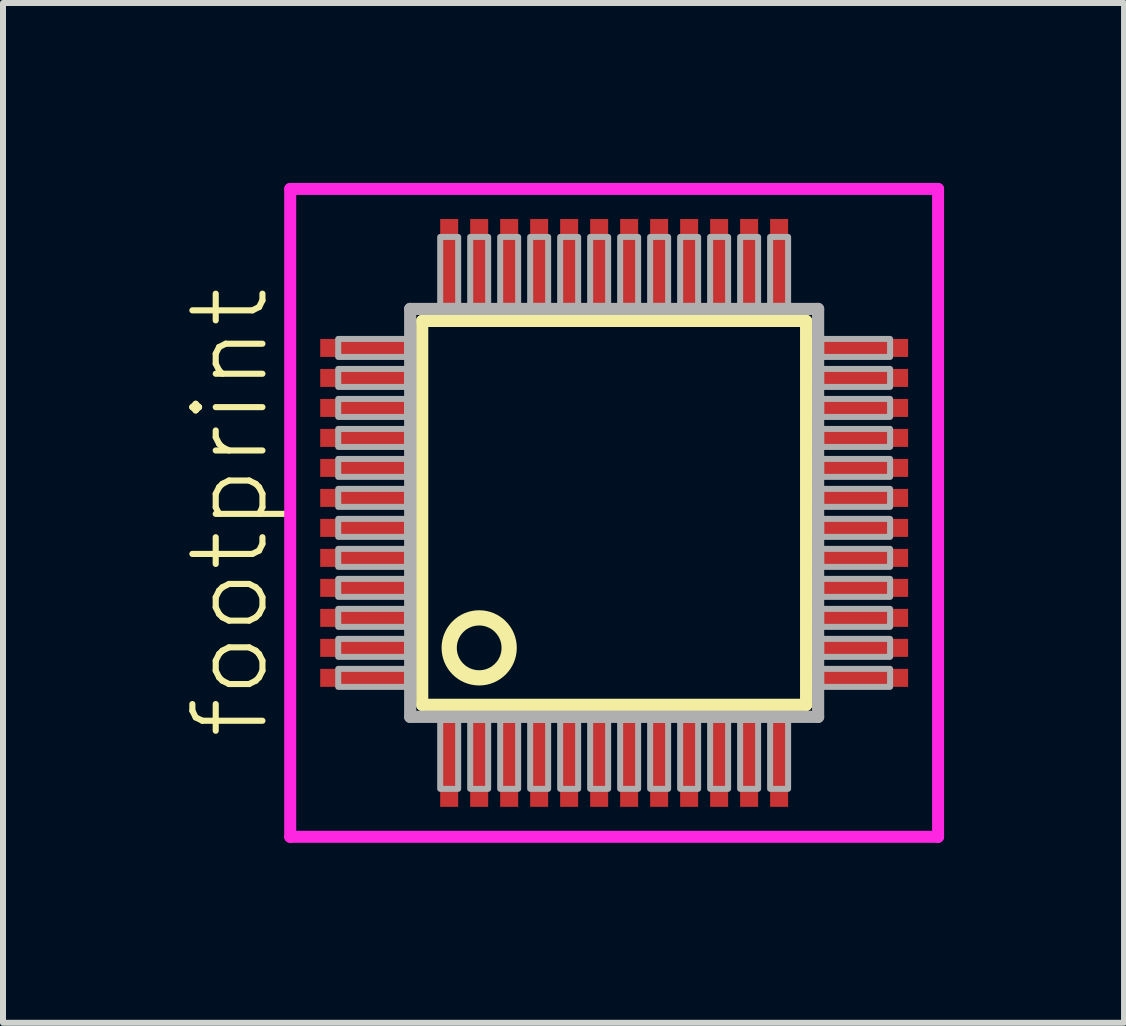
<source format=kicad_pcb>
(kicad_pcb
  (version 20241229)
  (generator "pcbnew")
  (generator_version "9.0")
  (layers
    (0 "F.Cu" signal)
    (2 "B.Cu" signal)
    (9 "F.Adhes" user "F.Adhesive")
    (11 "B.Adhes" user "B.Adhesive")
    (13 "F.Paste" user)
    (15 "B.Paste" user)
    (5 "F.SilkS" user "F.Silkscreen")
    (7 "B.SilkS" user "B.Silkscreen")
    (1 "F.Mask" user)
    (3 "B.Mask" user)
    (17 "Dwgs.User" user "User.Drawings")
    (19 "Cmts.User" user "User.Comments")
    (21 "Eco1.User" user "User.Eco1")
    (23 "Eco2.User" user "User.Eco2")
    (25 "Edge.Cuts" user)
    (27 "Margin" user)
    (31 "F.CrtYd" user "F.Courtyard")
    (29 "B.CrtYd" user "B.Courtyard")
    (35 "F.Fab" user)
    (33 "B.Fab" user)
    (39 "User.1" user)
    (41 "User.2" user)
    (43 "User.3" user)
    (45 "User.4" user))
  (footprint "footprint"
    (layer "F.Cu")
    (at 7.188 5.5)
    (property "Reference" "footprint" (at -5.715 3.81 90) (layer "F.SilkS") (effects (font (size 1.168 1.168) (thickness 0.102)) (justify left bottom)))
    (fp_line (start -3.2 -3.2) (end 3.2 -3.2) (stroke (width 0.203) (type solid)) (layer "F.SilkS"))
    (fp_line (start -3.2 3.2) (end -3.2 -3.2) (stroke (width 0.203) (type solid)) (layer "F.SilkS"))
    (fp_line (start 3.2 -3.2) (end 3.2 3.2) (stroke (width 0.203) (type solid)) (layer "F.SilkS"))
    (fp_line (start 3.2 3.2) (end -3.2 3.2) (stroke (width 0.203) (type solid)) (layer "F.SilkS"))
    (fp_circle (center -2.25 2.25) (end -1.75 2.25) (stroke (width 0.254) (type solid)) (fill no) (layer "F.SilkS"))
    (fp_line (start -5.4 -5.4) (end 5.4 -5.4) (stroke (width 0.2) (type solid)) (layer "F.CrtYd"))
    (fp_line (start -5.4 5.4) (end -5.4 -5.4) (stroke (width 0.2) (type solid)) (layer "F.CrtYd"))
    (fp_line (start 5.4 -5.4) (end 5.4 5.4) (stroke (width 0.2) (type solid)) (layer "F.CrtYd"))
    (fp_line (start 5.4 5.4) (end -5.4 5.4) (stroke (width 0.2) (type solid)) (layer "F.CrtYd"))
    (fp_line (start -3.4 -3.4) (end -3.4 3.4) (stroke (width 0.203) (type solid)) (layer "F.Fab"))
    (fp_line (start -3.4 3.4) (end 3.4 3.4) (stroke (width 0.203) (type solid)) (layer "F.Fab"))
    (fp_line (start 3.4 -3.4) (end -3.4 -3.4) (stroke (width 0.203) (type solid)) (layer "F.Fab"))
    (fp_line (start 3.4 3.4) (end 3.4 -3.4) (stroke (width 0.203) (type solid)) (layer "F.Fab"))
    (fp_poly (pts (xy -4.6 -2.6) (xy -3.45 -2.6) (xy -3.45 -2.9) (xy -4.6 -2.9)) (stroke (width 0.1) (type solid)) (fill no) (layer "F.Fab"))
    (fp_poly (pts (xy -4.6 -2.1) (xy -3.45 -2.1) (xy -3.45 -2.4) (xy -4.6 -2.4)) (stroke (width 0.1) (type solid)) (fill no) (layer "F.Fab"))
    (fp_poly (pts (xy -4.6 -1.6) (xy -3.45 -1.6) (xy -3.45 -1.9) (xy -4.6 -1.9)) (stroke (width 0.1) (type solid)) (fill no) (layer "F.Fab"))
    (fp_poly (pts (xy -4.6 -1.1) (xy -3.45 -1.1) (xy -3.45 -1.4) (xy -4.6 -1.4)) (stroke (width 0.1) (type solid)) (fill no) (layer "F.Fab"))
    (fp_poly (pts (xy -4.6 -0.6) (xy -3.45 -0.6) (xy -3.45 -0.9) (xy -4.6 -0.9)) (stroke (width 0.1) (type solid)) (fill no) (layer "F.Fab"))
    (fp_poly (pts (xy -4.6 -0.1) (xy -3.45 -0.1) (xy -3.45 -0.4) (xy -4.6 -0.4)) (stroke (width 0.1) (type solid)) (fill no) (layer "F.Fab"))
    (fp_poly (pts (xy -4.6 0.4) (xy -3.45 0.4) (xy -3.45 0.1) (xy -4.6 0.1)) (stroke (width 0.1) (type solid)) (fill no) (layer "F.Fab"))
    (fp_poly (pts (xy -4.6 0.9) (xy -3.45 0.9) (xy -3.45 0.6) (xy -4.6 0.6)) (stroke (width 0.1) (type solid)) (fill no) (layer "F.Fab"))
    (fp_poly (pts (xy -4.6 1.4) (xy -3.45 1.4) (xy -3.45 1.1) (xy -4.6 1.1)) (stroke (width 0.1) (type solid)) (fill no) (layer "F.Fab"))
    (fp_poly (pts (xy -4.6 1.9) (xy -3.45 1.9) (xy -3.45 1.6) (xy -4.6 1.6)) (stroke (width 0.1) (type solid)) (fill no) (layer "F.Fab"))
    (fp_poly (pts (xy -4.6 2.4) (xy -3.45 2.4) (xy -3.45 2.1) (xy -4.6 2.1)) (stroke (width 0.1) (type solid)) (fill no) (layer "F.Fab"))
    (fp_poly (pts (xy -4.6 2.9) (xy -3.45 2.9) (xy -3.45 2.6) (xy -4.6 2.6)) (stroke (width 0.1) (type solid)) (fill no) (layer "F.Fab"))
    (fp_poly (pts (xy -2.9 -3.45) (xy -2.6 -3.45) (xy -2.6 -4.6) (xy -2.9 -4.6)) (stroke (width 0.1) (type solid)) (fill no) (layer "F.Fab"))
    (fp_poly (pts (xy -2.9 4.6) (xy -2.6 4.6) (xy -2.6 3.45) (xy -2.9 3.45)) (stroke (width 0.1) (type solid)) (fill no) (layer "F.Fab"))
    (fp_poly (pts (xy -2.4 -3.45) (xy -2.1 -3.45) (xy -2.1 -4.6) (xy -2.4 -4.6)) (stroke (width 0.1) (type solid)) (fill no) (layer "F.Fab"))
    (fp_poly (pts (xy -2.4 4.6) (xy -2.1 4.6) (xy -2.1 3.45) (xy -2.4 3.45)) (stroke (width 0.1) (type solid)) (fill no) (layer "F.Fab"))
    (fp_poly (pts (xy -1.9 -3.45) (xy -1.6 -3.45) (xy -1.6 -4.6) (xy -1.9 -4.6)) (stroke (width 0.1) (type solid)) (fill no) (layer "F.Fab"))
    (fp_poly (pts (xy -1.9 4.6) (xy -1.6 4.6) (xy -1.6 3.45) (xy -1.9 3.45)) (stroke (width 0.1) (type solid)) (fill no) (layer "F.Fab"))
    (fp_poly (pts (xy -1.4 -3.45) (xy -1.1 -3.45) (xy -1.1 -4.6) (xy -1.4 -4.6)) (stroke (width 0.1) (type solid)) (fill no) (layer "F.Fab"))
    (fp_poly (pts (xy -1.4 4.6) (xy -1.1 4.6) (xy -1.1 3.45) (xy -1.4 3.45)) (stroke (width 0.1) (type solid)) (fill no) (layer "F.Fab"))
    (fp_poly (pts (xy -0.9 -3.45) (xy -0.6 -3.45) (xy -0.6 -4.6) (xy -0.9 -4.6)) (stroke (width 0.1) (type solid)) (fill no) (layer "F.Fab"))
    (fp_poly (pts (xy -0.9 4.6) (xy -0.6 4.6) (xy -0.6 3.45) (xy -0.9 3.45)) (stroke (width 0.1) (type solid)) (fill no) (layer "F.Fab"))
    (fp_poly (pts (xy -0.4 -3.45) (xy -0.1 -3.45) (xy -0.1 -4.6) (xy -0.4 -4.6)) (stroke (width 0.1) (type solid)) (fill no) (layer "F.Fab"))
    (fp_poly (pts (xy -0.4 4.6) (xy -0.1 4.6) (xy -0.1 3.45) (xy -0.4 3.45)) (stroke (width 0.1) (type solid)) (fill no) (layer "F.Fab"))
    (fp_poly (pts (xy 0.1 -3.45) (xy 0.4 -3.45) (xy 0.4 -4.6) (xy 0.1 -4.6)) (stroke (width 0.1) (type solid)) (fill no) (layer "F.Fab"))
    (fp_poly (pts (xy 0.1 4.6) (xy 0.4 4.6) (xy 0.4 3.45) (xy 0.1 3.45)) (stroke (width 0.1) (type solid)) (fill no) (layer "F.Fab"))
    (fp_poly (pts (xy 0.6 -3.45) (xy 0.9 -3.45) (xy 0.9 -4.6) (xy 0.6 -4.6)) (stroke (width 0.1) (type solid)) (fill no) (layer "F.Fab"))
    (fp_poly (pts (xy 0.6 4.6) (xy 0.9 4.6) (xy 0.9 3.45) (xy 0.6 3.45)) (stroke (width 0.1) (type solid)) (fill no) (layer "F.Fab"))
    (fp_poly (pts (xy 1.1 -3.45) (xy 1.4 -3.45) (xy 1.4 -4.6) (xy 1.1 -4.6)) (stroke (width 0.1) (type solid)) (fill no) (layer "F.Fab"))
    (fp_poly (pts (xy 1.1 4.6) (xy 1.4 4.6) (xy 1.4 3.45) (xy 1.1 3.45)) (stroke (width 0.1) (type solid)) (fill no) (layer "F.Fab"))
    (fp_poly (pts (xy 1.6 -3.45) (xy 1.9 -3.45) (xy 1.9 -4.6) (xy 1.6 -4.6)) (stroke (width 0.1) (type solid)) (fill no) (layer "F.Fab"))
    (fp_poly (pts (xy 1.6 4.6) (xy 1.9 4.6) (xy 1.9 3.45) (xy 1.6 3.45)) (stroke (width 0.1) (type solid)) (fill no) (layer "F.Fab"))
    (fp_poly (pts (xy 2.1 -3.45) (xy 2.4 -3.45) (xy 2.4 -4.6) (xy 2.1 -4.6)) (stroke (width 0.1) (type solid)) (fill no) (layer "F.Fab"))
    (fp_poly (pts (xy 2.1 4.6) (xy 2.4 4.6) (xy 2.4 3.45) (xy 2.1 3.45)) (stroke (width 0.1) (type solid)) (fill no) (layer "F.Fab"))
    (fp_poly (pts (xy 2.6 -3.45) (xy 2.9 -3.45) (xy 2.9 -4.6) (xy 2.6 -4.6)) (stroke (width 0.1) (type solid)) (fill no) (layer "F.Fab"))
    (fp_poly (pts (xy 2.6 4.6) (xy 2.9 4.6) (xy 2.9 3.45) (xy 2.6 3.45)) (stroke (width 0.1) (type solid)) (fill no) (layer "F.Fab"))
    (fp_poly (pts (xy 3.45 -2.6) (xy 4.6 -2.6) (xy 4.6 -2.9) (xy 3.45 -2.9)) (stroke (width 0.1) (type solid)) (fill no) (layer "F.Fab"))
    (fp_poly (pts (xy 3.45 -2.1) (xy 4.6 -2.1) (xy 4.6 -2.4) (xy 3.45 -2.4)) (stroke (width 0.1) (type solid)) (fill no) (layer "F.Fab"))
    (fp_poly (pts (xy 3.45 -1.6) (xy 4.6 -1.6) (xy 4.6 -1.9) (xy 3.45 -1.9)) (stroke (width 0.1) (type solid)) (fill no) (layer "F.Fab"))
    (fp_poly (pts (xy 3.45 -1.1) (xy 4.6 -1.1) (xy 4.6 -1.4) (xy 3.45 -1.4)) (stroke (width 0.1) (type solid)) (fill no) (layer "F.Fab"))
    (fp_poly (pts (xy 3.45 -0.6) (xy 4.6 -0.6) (xy 4.6 -0.9) (xy 3.45 -0.9)) (stroke (width 0.1) (type solid)) (fill no) (layer "F.Fab"))
    (fp_poly (pts (xy 3.45 -0.1) (xy 4.6 -0.1) (xy 4.6 -0.4) (xy 3.45 -0.4)) (stroke (width 0.1) (type solid)) (fill no) (layer "F.Fab"))
    (fp_poly (pts (xy 3.45 0.4) (xy 4.6 0.4) (xy 4.6 0.1) (xy 3.45 0.1)) (stroke (width 0.1) (type solid)) (fill no) (layer "F.Fab"))
    (fp_poly (pts (xy 3.45 0.9) (xy 4.6 0.9) (xy 4.6 0.6) (xy 3.45 0.6)) (stroke (width 0.1) (type solid)) (fill no) (layer "F.Fab"))
    (fp_poly (pts (xy 3.45 1.4) (xy 4.6 1.4) (xy 4.6 1.1) (xy 3.45 1.1)) (stroke (width 0.1) (type solid)) (fill no) (layer "F.Fab"))
    (fp_poly (pts (xy 3.45 1.9) (xy 4.6 1.9) (xy 4.6 1.6) (xy 3.45 1.6)) (stroke (width 0.1) (type solid)) (fill no) (layer "F.Fab"))
    (fp_poly (pts (xy 3.45 2.4) (xy 4.6 2.4) (xy 4.6 2.1) (xy 3.45 2.1)) (stroke (width 0.1) (type solid)) (fill no) (layer "F.Fab"))
    (fp_poly (pts (xy 3.45 2.9) (xy 4.6 2.9) (xy 4.6 2.6) (xy 3.45 2.6)) (stroke (width 0.1) (type solid)) (fill no) (layer "F.Fab"))
    (pad "1" smd rect (at -2.75 4.1) (size 0.3 1.6) (layers "F.Cu" "F.Mask" "F.Paste"))
    (pad "2" smd rect (at -2.25 4.1) (size 0.3 1.6) (layers "F.Cu" "F.Mask" "F.Paste"))
    (pad "3" smd rect (at -1.75 4.1) (size 0.3 1.6) (layers "F.Cu" "F.Mask" "F.Paste"))
    (pad "4" smd rect (at -1.25 4.1) (size 0.3 1.6) (layers "F.Cu" "F.Mask" "F.Paste"))
    (pad "5" smd rect (at -0.75 4.1) (size 0.3 1.6) (layers "F.Cu" "F.Mask" "F.Paste"))
    (pad "6" smd rect (at -0.25 4.1) (size 0.3 1.6) (layers "F.Cu" "F.Mask" "F.Paste"))
    (pad "7" smd rect (at 0.25 4.1) (size 0.3 1.6) (layers "F.Cu" "F.Mask" "F.Paste"))
    (pad "8" smd rect (at 0.75 4.1) (size 0.3 1.6) (layers "F.Cu" "F.Mask" "F.Paste"))
    (pad "9" smd rect (at 1.25 4.1) (size 0.3 1.6) (layers "F.Cu" "F.Mask" "F.Paste"))
    (pad "10" smd rect (at 1.75 4.1) (size 0.3 1.6) (layers "F.Cu" "F.Mask" "F.Paste"))
    (pad "11" smd rect (at 2.25 4.1) (size 0.3 1.6) (layers "F.Cu" "F.Mask" "F.Paste"))
    (pad "12" smd rect (at 2.75 4.1) (size 0.3 1.6) (layers "F.Cu" "F.Mask" "F.Paste"))
    (pad "13" smd rect (at 4.1 2.75) (size 1.6 0.3) (layers "F.Cu" "F.Mask" "F.Paste"))
    (pad "14" smd rect (at 4.1 2.25) (size 1.6 0.3) (layers "F.Cu" "F.Mask" "F.Paste"))
    (pad "15" smd rect (at 4.1 1.75) (size 1.6 0.3) (layers "F.Cu" "F.Mask" "F.Paste"))
    (pad "16" smd rect (at 4.1 1.25) (size 1.6 0.3) (layers "F.Cu" "F.Mask" "F.Paste"))
    (pad "17" smd rect (at 4.1 0.75) (size 1.6 0.3) (layers "F.Cu" "F.Mask" "F.Paste"))
    (pad "18" smd rect (at 4.1 0.25) (size 1.6 0.3) (layers "F.Cu" "F.Mask" "F.Paste"))
    (pad "19" smd rect (at 4.1 -0.25) (size 1.6 0.3) (layers "F.Cu" "F.Mask" "F.Paste"))
    (pad "20" smd rect (at 4.1 -0.75) (size 1.6 0.3) (layers "F.Cu" "F.Mask" "F.Paste"))
    (pad "21" smd rect (at 4.1 -1.25) (size 1.6 0.3) (layers "F.Cu" "F.Mask" "F.Paste"))
    (pad "22" smd rect (at 4.1 -1.75) (size 1.6 0.3) (layers "F.Cu" "F.Mask" "F.Paste"))
    (pad "23" smd rect (at 4.1 -2.25) (size 1.6 0.3) (layers "F.Cu" "F.Mask" "F.Paste"))
    (pad "24" smd rect (at 4.1 -2.75) (size 1.6 0.3) (layers "F.Cu" "F.Mask" "F.Paste"))
    (pad "25" smd rect (at 2.75 -4.1) (size 0.3 1.6) (layers "F.Cu" "F.Mask" "F.Paste"))
    (pad "26" smd rect (at 2.25 -4.1) (size 0.3 1.6) (layers "F.Cu" "F.Mask" "F.Paste"))
    (pad "27" smd rect (at 1.75 -4.1) (size 0.3 1.6) (layers "F.Cu" "F.Mask" "F.Paste"))
    (pad "28" smd rect (at 1.25 -4.1) (size 0.3 1.6) (layers "F.Cu" "F.Mask" "F.Paste"))
    (pad "29" smd rect (at 0.75 -4.1) (size 0.3 1.6) (layers "F.Cu" "F.Mask" "F.Paste"))
    (pad "30" smd rect (at 0.25 -4.1) (size 0.3 1.6) (layers "F.Cu" "F.Mask" "F.Paste"))
    (pad "31" smd rect (at -0.25 -4.1) (size 0.3 1.6) (layers "F.Cu" "F.Mask" "F.Paste"))
    (pad "32" smd rect (at -0.75 -4.1) (size 0.3 1.6) (layers "F.Cu" "F.Mask" "F.Paste"))
    (pad "33" smd rect (at -1.25 -4.1) (size 0.3 1.6) (layers "F.Cu" "F.Mask" "F.Paste"))
    (pad "34" smd rect (at -1.75 -4.1) (size 0.3 1.6) (layers "F.Cu" "F.Mask" "F.Paste"))
    (pad "35" smd rect (at -2.25 -4.1) (size 0.3 1.6) (layers "F.Cu" "F.Mask" "F.Paste"))
    (pad "36" smd rect (at -2.75 -4.1) (size 0.3 1.6) (layers "F.Cu" "F.Mask" "F.Paste"))
    (pad "37" smd rect (at -4.1 -2.75) (size 1.6 0.3) (layers "F.Cu" "F.Mask" "F.Paste"))
    (pad "38" smd rect (at -4.1 -2.25) (size 1.6 0.3) (layers "F.Cu" "F.Mask" "F.Paste"))
    (pad "39" smd rect (at -4.1 -1.75) (size 1.6 0.3) (layers "F.Cu" "F.Mask" "F.Paste"))
    (pad "40" smd rect (at -4.1 -1.25) (size 1.6 0.3) (layers "F.Cu" "F.Mask" "F.Paste"))
    (pad "41" smd rect (at -4.1 -0.75) (size 1.6 0.3) (layers "F.Cu" "F.Mask" "F.Paste"))
    (pad "42" smd rect (at -4.1 -0.25) (size 1.6 0.3) (layers "F.Cu" "F.Mask" "F.Paste"))
    (pad "43" smd rect (at -4.1 0.25) (size 1.6 0.3) (layers "F.Cu" "F.Mask" "F.Paste"))
    (pad "44" smd rect (at -4.1 0.75) (size 1.6 0.3) (layers "F.Cu" "F.Mask" "F.Paste"))
    (pad "45" smd rect (at -4.1 1.25) (size 1.6 0.3) (layers "F.Cu" "F.Mask" "F.Paste"))
    (pad "46" smd rect (at -4.1 1.75) (size 1.6 0.3) (layers "F.Cu" "F.Mask" "F.Paste"))
    (pad "47" smd rect (at -4.1 2.25) (size 1.6 0.3) (layers "F.Cu" "F.Mask" "F.Paste"))
    (pad "48" smd rect (at -4.1 2.75) (size 1.6 0.3) (layers "F.Cu" "F.Mask" "F.Paste")))
  (gr_rect
    (start -3 -3)
    (end 15.688 14)
    (stroke (width 0.1) (type default))
    (fill no)
    (layer "Edge.Cuts")))
</source>
